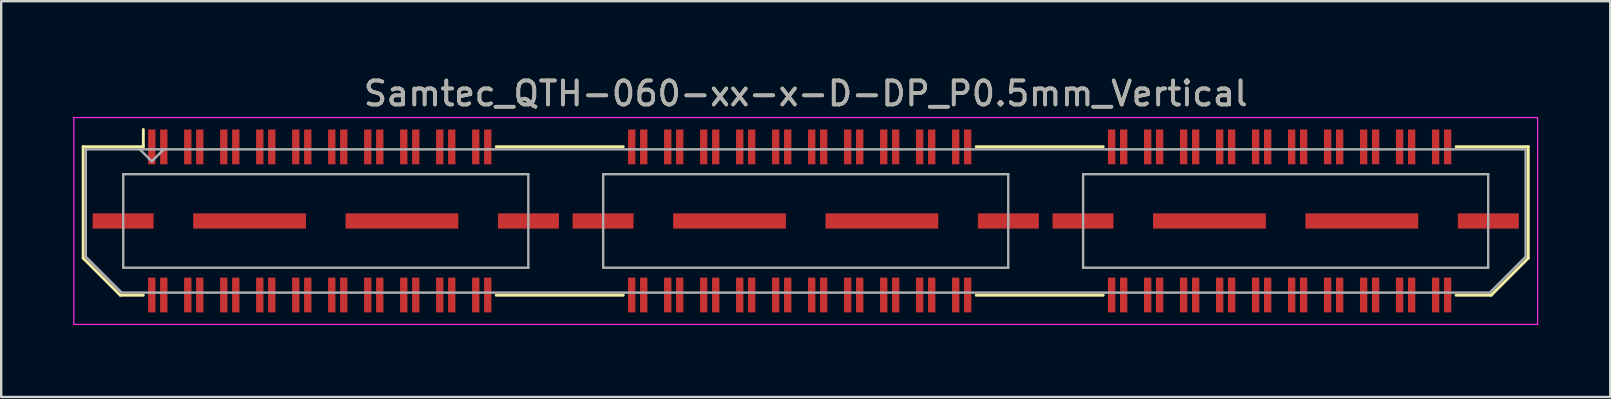
<source format=kicad_pcb>
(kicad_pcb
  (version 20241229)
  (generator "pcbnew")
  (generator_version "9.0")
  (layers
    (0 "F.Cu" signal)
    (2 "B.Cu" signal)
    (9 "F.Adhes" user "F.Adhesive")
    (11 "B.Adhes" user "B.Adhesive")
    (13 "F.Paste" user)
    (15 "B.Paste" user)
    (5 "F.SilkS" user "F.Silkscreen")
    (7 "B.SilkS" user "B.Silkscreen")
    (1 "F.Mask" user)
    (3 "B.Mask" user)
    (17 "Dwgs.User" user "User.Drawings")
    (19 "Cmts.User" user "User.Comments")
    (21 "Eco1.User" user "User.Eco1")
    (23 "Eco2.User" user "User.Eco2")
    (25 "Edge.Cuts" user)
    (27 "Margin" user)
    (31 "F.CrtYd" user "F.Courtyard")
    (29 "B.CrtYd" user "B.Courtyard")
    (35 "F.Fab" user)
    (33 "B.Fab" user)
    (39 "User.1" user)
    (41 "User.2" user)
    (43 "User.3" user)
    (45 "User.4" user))
  (footprint "Samtec_QTH-060-xx-x-D-DP_P0.5mm_Vertical"
    (layer "F.Cu")
    (at 30.525 6.158)
    (property "Reference" "Samtec_QTH-060-xx-x-D-DP_P0.5mm_Vertical" (at 0 -5.31 0) (layer "F.SilkS") (effects (font (size 1 1) (thickness 0.15))))
    (attr smd)
    (fp_line (start -30.11 -3.095) (end -30.11 1.548) (stroke (width 0.12) (type solid)) (layer "F.SilkS"))
    (fp_line (start -30.11 1.548) (end -28.562 3.095) (stroke (width 0.12) (type solid)) (layer "F.SilkS"))
    (fp_line (start -28.562 3.095) (end -27.602 3.095) (stroke (width 0.12) (type solid)) (layer "F.SilkS"))
    (fp_line (start -27.602 -3.811) (end -27.602 -3.095) (stroke (width 0.12) (type solid)) (layer "F.SilkS"))
    (fp_line (start -27.602 -3.095) (end -30.11 -3.095) (stroke (width 0.12) (type solid)) (layer "F.SilkS"))
    (fp_line (start -12.898 -3.095) (end -7.603 -3.095) (stroke (width 0.12) (type solid)) (layer "F.SilkS"))
    (fp_line (start -12.898 3.095) (end -7.603 3.095) (stroke (width 0.12) (type solid)) (layer "F.SilkS"))
    (fp_line (start 7.103 -3.095) (end 12.398 -3.095) (stroke (width 0.12) (type solid)) (layer "F.SilkS"))
    (fp_line (start 7.103 3.095) (end 12.398 3.095) (stroke (width 0.12) (type solid)) (layer "F.SilkS"))
    (fp_line (start 27.102 -3.095) (end 30.11 -3.095) (stroke (width 0.12) (type solid)) (layer "F.SilkS"))
    (fp_line (start 28.562 3.095) (end 27.102 3.095) (stroke (width 0.12) (type solid)) (layer "F.SilkS"))
    (fp_line (start 30.11 -3.095) (end 30.11 1.548) (stroke (width 0.12) (type solid)) (layer "F.SilkS"))
    (fp_line (start 30.11 1.548) (end 28.562 3.095) (stroke (width 0.12) (type solid)) (layer "F.SilkS"))
    (fp_line (start -30.5 -4.31) (end -30.5 4.31) (stroke (width 0.05) (type solid)) (layer "F.CrtYd"))
    (fp_line (start -30.5 4.31) (end 30.5 4.31) (stroke (width 0.05) (type solid)) (layer "F.CrtYd"))
    (fp_line (start 30.5 -4.31) (end -30.5 -4.31) (stroke (width 0.05) (type solid)) (layer "F.CrtYd"))
    (fp_line (start 30.5 4.31) (end 30.5 -4.31) (stroke (width 0.05) (type solid)) (layer "F.CrtYd"))
    (fp_line (start -30 -2.985) (end -30 1.492) (stroke (width 0.1) (type solid)) (layer "F.Fab"))
    (fp_line (start -30 -2.985) (end 30 -2.985) (stroke (width 0.1) (type solid)) (layer "F.Fab"))
    (fp_line (start -30 1.492) (end -28.508 2.985) (stroke (width 0.1) (type solid)) (layer "F.Fab"))
    (fp_line (start -28.508 2.985) (end 28.508 2.985) (stroke (width 0.1) (type solid)) (layer "F.Fab"))
    (fp_line (start -28.44 -1.95) (end -28.44 1.95) (stroke (width 0.1) (type solid)) (layer "F.Fab"))
    (fp_line (start -28.44 1.95) (end -11.56 1.95) (stroke (width 0.1) (type solid)) (layer "F.Fab"))
    (fp_line (start -27.25 -2.485) (end -27.75 -2.985) (stroke (width 0.1) (type solid)) (layer "F.Fab"))
    (fp_line (start -26.75 -2.985) (end -27.25 -2.485) (stroke (width 0.1) (type solid)) (layer "F.Fab"))
    (fp_line (start -11.56 -1.95) (end -28.44 -1.95) (stroke (width 0.1) (type solid)) (layer "F.Fab"))
    (fp_line (start -11.56 1.95) (end -11.56 -1.95) (stroke (width 0.1) (type solid)) (layer "F.Fab"))
    (fp_line (start -8.44 -1.95) (end -8.44 1.95) (stroke (width 0.1) (type solid)) (layer "F.Fab"))
    (fp_line (start -8.44 1.95) (end 8.44 1.95) (stroke (width 0.1) (type solid)) (layer "F.Fab"))
    (fp_line (start 8.44 -1.95) (end -8.44 -1.95) (stroke (width 0.1) (type solid)) (layer "F.Fab"))
    (fp_line (start 8.44 1.95) (end 8.44 -1.95) (stroke (width 0.1) (type solid)) (layer "F.Fab"))
    (fp_line (start 11.56 -1.95) (end 11.56 1.95) (stroke (width 0.1) (type solid)) (layer "F.Fab"))
    (fp_line (start 11.56 1.95) (end 28.44 1.95) (stroke (width 0.1) (type solid)) (layer "F.Fab"))
    (fp_line (start 28.44 -1.95) (end 11.56 -1.95) (stroke (width 0.1) (type solid)) (layer "F.Fab"))
    (fp_line (start 28.44 1.95) (end 28.44 -1.95) (stroke (width 0.1) (type solid)) (layer "F.Fab"))
    (fp_line (start 30 -2.985) (end 30 1.492) (stroke (width 0.1) (type solid)) (layer "F.Fab"))
    (fp_line (start 30 1.492) (end 28.508 2.985) (stroke (width 0.1) (type solid)) (layer "F.Fab"))
    (fp_text user "${REFERENCE}" (at 0 -5.31 0) (layer "F.Fab") (effects (font (size 1 1) (thickness 0.15))))
    (pad "1" smd rect (at -27.25 -3.086) (size 0.305 1.45) (layers "F.Cu" "F.Mask" "F.Paste"))
    (pad "2" smd rect (at -27.25 3.086) (size 0.305 1.45) (layers "F.Cu" "F.Mask" "F.Paste"))
    (pad "3" smd rect (at -26.75 -3.086) (size 0.305 1.45) (layers "F.Cu" "F.Mask" "F.Paste"))
    (pad "4" smd rect (at -26.75 3.086) (size 0.305 1.45) (layers "F.Cu" "F.Mask" "F.Paste"))
    (pad "5" smd rect (at -25.75 -3.086) (size 0.305 1.45) (layers "F.Cu" "F.Mask" "F.Paste"))
    (pad "6" smd rect (at -25.75 3.086) (size 0.305 1.45) (layers "F.Cu" "F.Mask" "F.Paste"))
    (pad "7" smd rect (at -25.25 -3.086) (size 0.305 1.45) (layers "F.Cu" "F.Mask" "F.Paste"))
    (pad "8" smd rect (at -25.25 3.086) (size 0.305 1.45) (layers "F.Cu" "F.Mask" "F.Paste"))
    (pad "9" smd rect (at -24.25 -3.086) (size 0.305 1.45) (layers "F.Cu" "F.Mask" "F.Paste"))
    (pad "10" smd rect (at -24.25 3.086) (size 0.305 1.45) (layers "F.Cu" "F.Mask" "F.Paste"))
    (pad "11" smd rect (at -23.75 -3.086) (size 0.305 1.45) (layers "F.Cu" "F.Mask" "F.Paste"))
    (pad "12" smd rect (at -23.75 3.086) (size 0.305 1.45) (layers "F.Cu" "F.Mask" "F.Paste"))
    (pad "13" smd rect (at -22.75 -3.086) (size 0.305 1.45) (layers "F.Cu" "F.Mask" "F.Paste"))
    (pad "14" smd rect (at -22.75 3.086) (size 0.305 1.45) (layers "F.Cu" "F.Mask" "F.Paste"))
    (pad "15" smd rect (at -22.25 -3.086) (size 0.305 1.45) (layers "F.Cu" "F.Mask" "F.Paste"))
    (pad "16" smd rect (at -22.25 3.086) (size 0.305 1.45) (layers "F.Cu" "F.Mask" "F.Paste"))
    (pad "17" smd rect (at -21.25 -3.086) (size 0.305 1.45) (layers "F.Cu" "F.Mask" "F.Paste"))
    (pad "18" smd rect (at -21.25 3.086) (size 0.305 1.45) (layers "F.Cu" "F.Mask" "F.Paste"))
    (pad "19" smd rect (at -20.75 -3.086) (size 0.305 1.45) (layers "F.Cu" "F.Mask" "F.Paste"))
    (pad "20" smd rect (at -20.75 3.086) (size 0.305 1.45) (layers "F.Cu" "F.Mask" "F.Paste"))
    (pad "21" smd rect (at -19.75 -3.086) (size 0.305 1.45) (layers "F.Cu" "F.Mask" "F.Paste"))
    (pad "22" smd rect (at -19.75 3.086) (size 0.305 1.45) (layers "F.Cu" "F.Mask" "F.Paste"))
    (pad "23" smd rect (at -19.25 -3.086) (size 0.305 1.45) (layers "F.Cu" "F.Mask" "F.Paste"))
    (pad "24" smd rect (at -19.25 3.086) (size 0.305 1.45) (layers "F.Cu" "F.Mask" "F.Paste"))
    (pad "25" smd rect (at -18.25 -3.086) (size 0.305 1.45) (layers "F.Cu" "F.Mask" "F.Paste"))
    (pad "26" smd rect (at -18.25 3.086) (size 0.305 1.45) (layers "F.Cu" "F.Mask" "F.Paste"))
    (pad "27" smd rect (at -17.75 -3.086) (size 0.305 1.45) (layers "F.Cu" "F.Mask" "F.Paste"))
    (pad "28" smd rect (at -17.75 3.086) (size 0.305 1.45) (layers "F.Cu" "F.Mask" "F.Paste"))
    (pad "29" smd rect (at -16.75 -3.086) (size 0.305 1.45) (layers "F.Cu" "F.Mask" "F.Paste"))
    (pad "30" smd rect (at -16.75 3.086) (size 0.305 1.45) (layers "F.Cu" "F.Mask" "F.Paste"))
    (pad "31" smd rect (at -16.25 -3.086) (size 0.305 1.45) (layers "F.Cu" "F.Mask" "F.Paste"))
    (pad "32" smd rect (at -16.25 3.086) (size 0.305 1.45) (layers "F.Cu" "F.Mask" "F.Paste"))
    (pad "33" smd rect (at -15.25 -3.086) (size 0.305 1.45) (layers "F.Cu" "F.Mask" "F.Paste"))
    (pad "34" smd rect (at -15.25 3.086) (size 0.305 1.45) (layers "F.Cu" "F.Mask" "F.Paste"))
    (pad "35" smd rect (at -14.75 -3.086) (size 0.305 1.45) (layers "F.Cu" "F.Mask" "F.Paste"))
    (pad "36" smd rect (at -14.75 3.086) (size 0.305 1.45) (layers "F.Cu" "F.Mask" "F.Paste"))
    (pad "37" smd rect (at -13.75 -3.086) (size 0.305 1.45) (layers "F.Cu" "F.Mask" "F.Paste"))
    (pad "38" smd rect (at -13.75 3.086) (size 0.305 1.45) (layers "F.Cu" "F.Mask" "F.Paste"))
    (pad "39" smd rect (at -13.25 -3.086) (size 0.305 1.45) (layers "F.Cu" "F.Mask" "F.Paste"))
    (pad "40" smd rect (at -13.25 3.086) (size 0.305 1.45) (layers "F.Cu" "F.Mask" "F.Paste"))
    (pad "41" smd rect (at -7.25 -3.086) (size 0.305 1.45) (layers "F.Cu" "F.Mask" "F.Paste"))
    (pad "42" smd rect (at -7.25 3.086) (size 0.305 1.45) (layers "F.Cu" "F.Mask" "F.Paste"))
    (pad "43" smd rect (at -6.75 -3.086) (size 0.305 1.45) (layers "F.Cu" "F.Mask" "F.Paste"))
    (pad "44" smd rect (at -6.75 3.086) (size 0.305 1.45) (layers "F.Cu" "F.Mask" "F.Paste"))
    (pad "45" smd rect (at -5.75 -3.086) (size 0.305 1.45) (layers "F.Cu" "F.Mask" "F.Paste"))
    (pad "46" smd rect (at -5.75 3.086) (size 0.305 1.45) (layers "F.Cu" "F.Mask" "F.Paste"))
    (pad "47" smd rect (at -5.25 -3.086) (size 0.305 1.45) (layers "F.Cu" "F.Mask" "F.Paste"))
    (pad "48" smd rect (at -5.25 3.086) (size 0.305 1.45) (layers "F.Cu" "F.Mask" "F.Paste"))
    (pad "49" smd rect (at -4.25 -3.086) (size 0.305 1.45) (layers "F.Cu" "F.Mask" "F.Paste"))
    (pad "50" smd rect (at -4.25 3.086) (size 0.305 1.45) (layers "F.Cu" "F.Mask" "F.Paste"))
    (pad "51" smd rect (at -3.75 -3.086) (size 0.305 1.45) (layers "F.Cu" "F.Mask" "F.Paste"))
    (pad "52" smd rect (at -3.75 3.086) (size 0.305 1.45) (layers "F.Cu" "F.Mask" "F.Paste"))
    (pad "53" smd rect (at -2.75 -3.086) (size 0.305 1.45) (layers "F.Cu" "F.Mask" "F.Paste"))
    (pad "54" smd rect (at -2.75 3.086) (size 0.305 1.45) (layers "F.Cu" "F.Mask" "F.Paste"))
    (pad "55" smd rect (at -2.25 -3.086) (size 0.305 1.45) (layers "F.Cu" "F.Mask" "F.Paste"))
    (pad "56" smd rect (at -2.25 3.086) (size 0.305 1.45) (layers "F.Cu" "F.Mask" "F.Paste"))
    (pad "57" smd rect (at -1.25 -3.086) (size 0.305 1.45) (layers "F.Cu" "F.Mask" "F.Paste"))
    (pad "58" smd rect (at -1.25 3.086) (size 0.305 1.45) (layers "F.Cu" "F.Mask" "F.Paste"))
    (pad "59" smd rect (at -0.75 -3.086) (size 0.305 1.45) (layers "F.Cu" "F.Mask" "F.Paste"))
    (pad "60" smd rect (at -0.75 3.086) (size 0.305 1.45) (layers "F.Cu" "F.Mask" "F.Paste"))
    (pad "61" smd rect (at 0.25 -3.086) (size 0.305 1.45) (layers "F.Cu" "F.Mask" "F.Paste"))
    (pad "62" smd rect (at 0.25 3.086) (size 0.305 1.45) (layers "F.Cu" "F.Mask" "F.Paste"))
    (pad "63" smd rect (at 0.75 -3.086) (size 0.305 1.45) (layers "F.Cu" "F.Mask" "F.Paste"))
    (pad "64" smd rect (at 0.75 3.086) (size 0.305 1.45) (layers "F.Cu" "F.Mask" "F.Paste"))
    (pad "65" smd rect (at 1.75 -3.086) (size 0.305 1.45) (layers "F.Cu" "F.Mask" "F.Paste"))
    (pad "66" smd rect (at 1.75 3.086) (size 0.305 1.45) (layers "F.Cu" "F.Mask" "F.Paste"))
    (pad "67" smd rect (at 2.25 -3.086) (size 0.305 1.45) (layers "F.Cu" "F.Mask" "F.Paste"))
    (pad "68" smd rect (at 2.25 3.086) (size 0.305 1.45) (layers "F.Cu" "F.Mask" "F.Paste"))
    (pad "69" smd rect (at 3.25 -3.086) (size 0.305 1.45) (layers "F.Cu" "F.Mask" "F.Paste"))
    (pad "70" smd rect (at 3.25 3.086) (size 0.305 1.45) (layers "F.Cu" "F.Mask" "F.Paste"))
    (pad "71" smd rect (at 3.75 -3.086) (size 0.305 1.45) (layers "F.Cu" "F.Mask" "F.Paste"))
    (pad "72" smd rect (at 3.75 3.086) (size 0.305 1.45) (layers "F.Cu" "F.Mask" "F.Paste"))
    (pad "73" smd rect (at 4.75 -3.086) (size 0.305 1.45) (layers "F.Cu" "F.Mask" "F.Paste"))
    (pad "74" smd rect (at 4.75 3.086) (size 0.305 1.45) (layers "F.Cu" "F.Mask" "F.Paste"))
    (pad "75" smd rect (at 5.25 -3.086) (size 0.305 1.45) (layers "F.Cu" "F.Mask" "F.Paste"))
    (pad "76" smd rect (at 5.25 3.086) (size 0.305 1.45) (layers "F.Cu" "F.Mask" "F.Paste"))
    (pad "77" smd rect (at 6.25 -3.086) (size 0.305 1.45) (layers "F.Cu" "F.Mask" "F.Paste"))
    (pad "78" smd rect (at 6.25 3.086) (size 0.305 1.45) (layers "F.Cu" "F.Mask" "F.Paste"))
    (pad "79" smd rect (at 6.75 -3.086) (size 0.305 1.45) (layers "F.Cu" "F.Mask" "F.Paste"))
    (pad "80" smd rect (at 6.75 3.086) (size 0.305 1.45) (layers "F.Cu" "F.Mask" "F.Paste"))
    (pad "81" smd rect (at 12.75 -3.086) (size 0.305 1.45) (layers "F.Cu" "F.Mask" "F.Paste"))
    (pad "82" smd rect (at 12.75 3.086) (size 0.305 1.45) (layers "F.Cu" "F.Mask" "F.Paste"))
    (pad "83" smd rect (at 13.25 -3.086) (size 0.305 1.45) (layers "F.Cu" "F.Mask" "F.Paste"))
    (pad "84" smd rect (at 13.25 3.086) (size 0.305 1.45) (layers "F.Cu" "F.Mask" "F.Paste"))
    (pad "85" smd rect (at 14.25 -3.086) (size 0.305 1.45) (layers "F.Cu" "F.Mask" "F.Paste"))
    (pad "86" smd rect (at 14.25 3.086) (size 0.305 1.45) (layers "F.Cu" "F.Mask" "F.Paste"))
    (pad "87" smd rect (at 14.75 -3.086) (size 0.305 1.45) (layers "F.Cu" "F.Mask" "F.Paste"))
    (pad "88" smd rect (at 14.75 3.086) (size 0.305 1.45) (layers "F.Cu" "F.Mask" "F.Paste"))
    (pad "89" smd rect (at 15.75 -3.086) (size 0.305 1.45) (layers "F.Cu" "F.Mask" "F.Paste"))
    (pad "90" smd rect (at 15.75 3.086) (size 0.305 1.45) (layers "F.Cu" "F.Mask" "F.Paste"))
    (pad "91" smd rect (at 16.25 -3.086) (size 0.305 1.45) (layers "F.Cu" "F.Mask" "F.Paste"))
    (pad "92" smd rect (at 16.25 3.086) (size 0.305 1.45) (layers "F.Cu" "F.Mask" "F.Paste"))
    (pad "93" smd rect (at 17.25 -3.086) (size 0.305 1.45) (layers "F.Cu" "F.Mask" "F.Paste"))
    (pad "94" smd rect (at 17.25 3.086) (size 0.305 1.45) (layers "F.Cu" "F.Mask" "F.Paste"))
    (pad "95" smd rect (at 17.75 -3.086) (size 0.305 1.45) (layers "F.Cu" "F.Mask" "F.Paste"))
    (pad "96" smd rect (at 17.75 3.086) (size 0.305 1.45) (layers "F.Cu" "F.Mask" "F.Paste"))
    (pad "97" smd rect (at 18.75 -3.086) (size 0.305 1.45) (layers "F.Cu" "F.Mask" "F.Paste"))
    (pad "98" smd rect (at 18.75 3.086) (size 0.305 1.45) (layers "F.Cu" "F.Mask" "F.Paste"))
    (pad "99" smd rect (at 19.25 -3.086) (size 0.305 1.45) (layers "F.Cu" "F.Mask" "F.Paste"))
    (pad "100" smd rect (at 19.25 3.086) (size 0.305 1.45) (layers "F.Cu" "F.Mask" "F.Paste"))
    (pad "101" smd rect (at 20.25 -3.086) (size 0.305 1.45) (layers "F.Cu" "F.Mask" "F.Paste"))
    (pad "102" smd rect (at 20.25 3.086) (size 0.305 1.45) (layers "F.Cu" "F.Mask" "F.Paste"))
    (pad "103" smd rect (at 20.75 -3.086) (size 0.305 1.45) (layers "F.Cu" "F.Mask" "F.Paste"))
    (pad "104" smd rect (at 20.75 3.086) (size 0.305 1.45) (layers "F.Cu" "F.Mask" "F.Paste"))
    (pad "105" smd rect (at 21.75 -3.086) (size 0.305 1.45) (layers "F.Cu" "F.Mask" "F.Paste"))
    (pad "106" smd rect (at 21.75 3.086) (size 0.305 1.45) (layers "F.Cu" "F.Mask" "F.Paste"))
    (pad "107" smd rect (at 22.25 -3.086) (size 0.305 1.45) (layers "F.Cu" "F.Mask" "F.Paste"))
    (pad "108" smd rect (at 22.25 3.086) (size 0.305 1.45) (layers "F.Cu" "F.Mask" "F.Paste"))
    (pad "109" smd rect (at 23.25 -3.086) (size 0.305 1.45) (layers "F.Cu" "F.Mask" "F.Paste"))
    (pad "110" smd rect (at 23.25 3.086) (size 0.305 1.45) (layers "F.Cu" "F.Mask" "F.Paste"))
    (pad "111" smd rect (at 23.75 -3.086) (size 0.305 1.45) (layers "F.Cu" "F.Mask" "F.Paste"))
    (pad "112" smd rect (at 23.75 3.086) (size 0.305 1.45) (layers "F.Cu" "F.Mask" "F.Paste"))
    (pad "113" smd rect (at 24.75 -3.086) (size 0.305 1.45) (layers "F.Cu" "F.Mask" "F.Paste"))
    (pad "114" smd rect (at 24.75 3.086) (size 0.305 1.45) (layers "F.Cu" "F.Mask" "F.Paste"))
    (pad "115" smd rect (at 25.25 -3.086) (size 0.305 1.45) (layers "F.Cu" "F.Mask" "F.Paste"))
    (pad "116" smd rect (at 25.25 3.086) (size 0.305 1.45) (layers "F.Cu" "F.Mask" "F.Paste"))
    (pad "117" smd rect (at 26.25 -3.086) (size 0.305 1.45) (layers "F.Cu" "F.Mask" "F.Paste"))
    (pad "118" smd rect (at 26.25 3.086) (size 0.305 1.45) (layers "F.Cu" "F.Mask" "F.Paste"))
    (pad "119" smd rect (at 26.75 -3.086) (size 0.305 1.45) (layers "F.Cu" "F.Mask" "F.Paste"))
    (pad "120" smd rect (at 26.75 3.086) (size 0.305 1.45) (layers "F.Cu" "F.Mask" "F.Paste"))
    (pad "P1" smd rect (at -28.445 0) (size 2.54 0.635) (layers "F.Cu" "F.Mask" "F.Paste"))
    (pad "P1" smd rect (at -23.175 0) (size 4.7 0.635) (layers "F.Cu" "F.Mask" "F.Paste"))
    (pad "P1" smd rect (at -16.825 0) (size 4.7 0.635) (layers "F.Cu" "F.Mask" "F.Paste"))
    (pad "P1" smd rect (at -11.555 0) (size 2.54 0.635) (layers "F.Cu" "F.Mask" "F.Paste"))
    (pad "P2" smd rect (at -8.445 0) (size 2.54 0.635) (layers "F.Cu" "F.Mask" "F.Paste"))
    (pad "P2" smd rect (at -3.175 0) (size 4.7 0.635) (layers "F.Cu" "F.Mask" "F.Paste"))
    (pad "P2" smd rect (at 3.175 0) (size 4.7 0.635) (layers "F.Cu" "F.Mask" "F.Paste"))
    (pad "P2" smd rect (at 8.445 0) (size 2.54 0.635) (layers "F.Cu" "F.Mask" "F.Paste"))
    (pad "P3" smd rect (at 11.555 0) (size 2.54 0.635) (layers "F.Cu" "F.Mask" "F.Paste"))
    (pad "P3" smd rect (at 16.825 0) (size 4.7 0.635) (layers "F.Cu" "F.Mask" "F.Paste"))
    (pad "P3" smd rect (at 23.175 0) (size 4.7 0.635) (layers "F.Cu" "F.Mask" "F.Paste"))
    (pad "P3" smd rect (at 28.445 0) (size 2.54 0.635) (layers "F.Cu" "F.Mask" "F.Paste")))
  (gr_rect
    (start -3 -3)
    (end 64.05 13.493)
    (stroke (width 0.1) (type default))
    (fill no)
    (layer "Edge.Cuts")))
</source>
